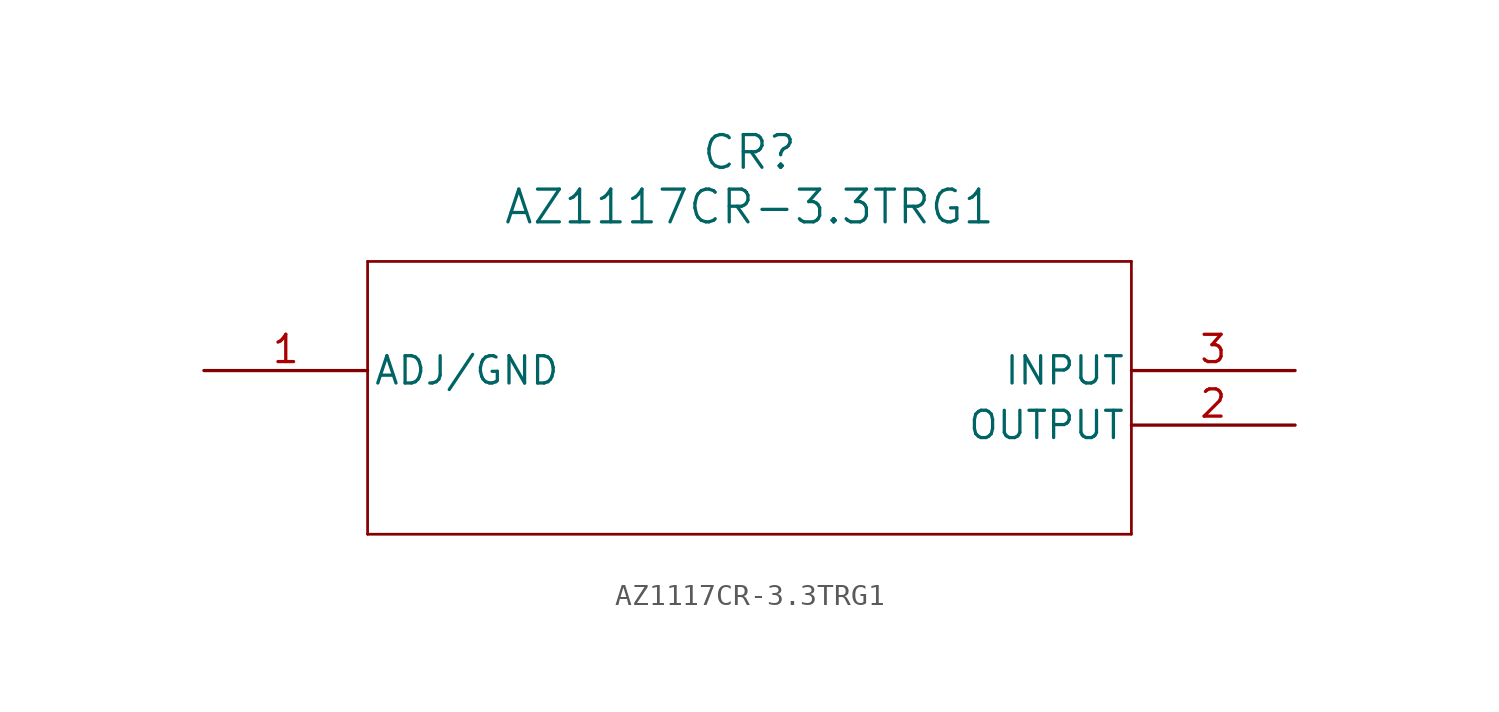
<source format=kicad_sym>
(kicad_symbol_lib
  (version 20211014)
  (generator kicad_symbol_editor)
  (symbol "AZ1117CR-3.3TRG1"
    (pin_names
      (offset 0.254))
    (property "Reference" "CR"
      (at 25.4 10.16 0)
      (effects (font (size 1.524 1.524))))
    (property "Value" "AZ1117CR-3.3TRG1"
      (at 25.4 7.62 0)
      (effects (font (size 1.524 1.524))))
    (symbol "AZ1117CR-3.3TRG1_0_1"
      (polyline (pts (xy 7.62 5.08) (xy 7.62 -7.62)) (stroke (width 0.127) (type default) (color 0 0 0 0)) (fill (type none)))
      (polyline (pts (xy 7.62 -7.62) (xy 43.18 -7.62)) (stroke (width 0.127) (type default) (color 0 0 0 0)) (fill (type none)))
      (polyline (pts (xy 43.18 -7.62) (xy 43.18 5.08)) (stroke (width 0.127) (type default) (color 0 0 0 0)) (fill (type none)))
      (polyline (pts (xy 43.18 5.08) (xy 7.62 5.08)) (stroke (width 0.127) (type default) (color 0 0 0 0)) (fill (type none)))
      (pin power_out line (at 0 0 0) (length 7.62) (name "ADJ/GND" (effects (font (size 1.27 1.27)))) (number "1" (effects (font (size 1.27 1.27)))))
      (pin output line (at 50.8 -2.54 180) (length 7.62) (name "OUTPUT" (effects (font (size 1.27 1.27)))) (number "2" (effects (font (size 1.27 1.27)))))
      (pin input line (at 50.8 0 180) (length 7.62) (name "INPUT" (effects (font (size 1.27 1.27)))) (number "3" (effects (font (size 1.27 1.27))))))))
</source>
